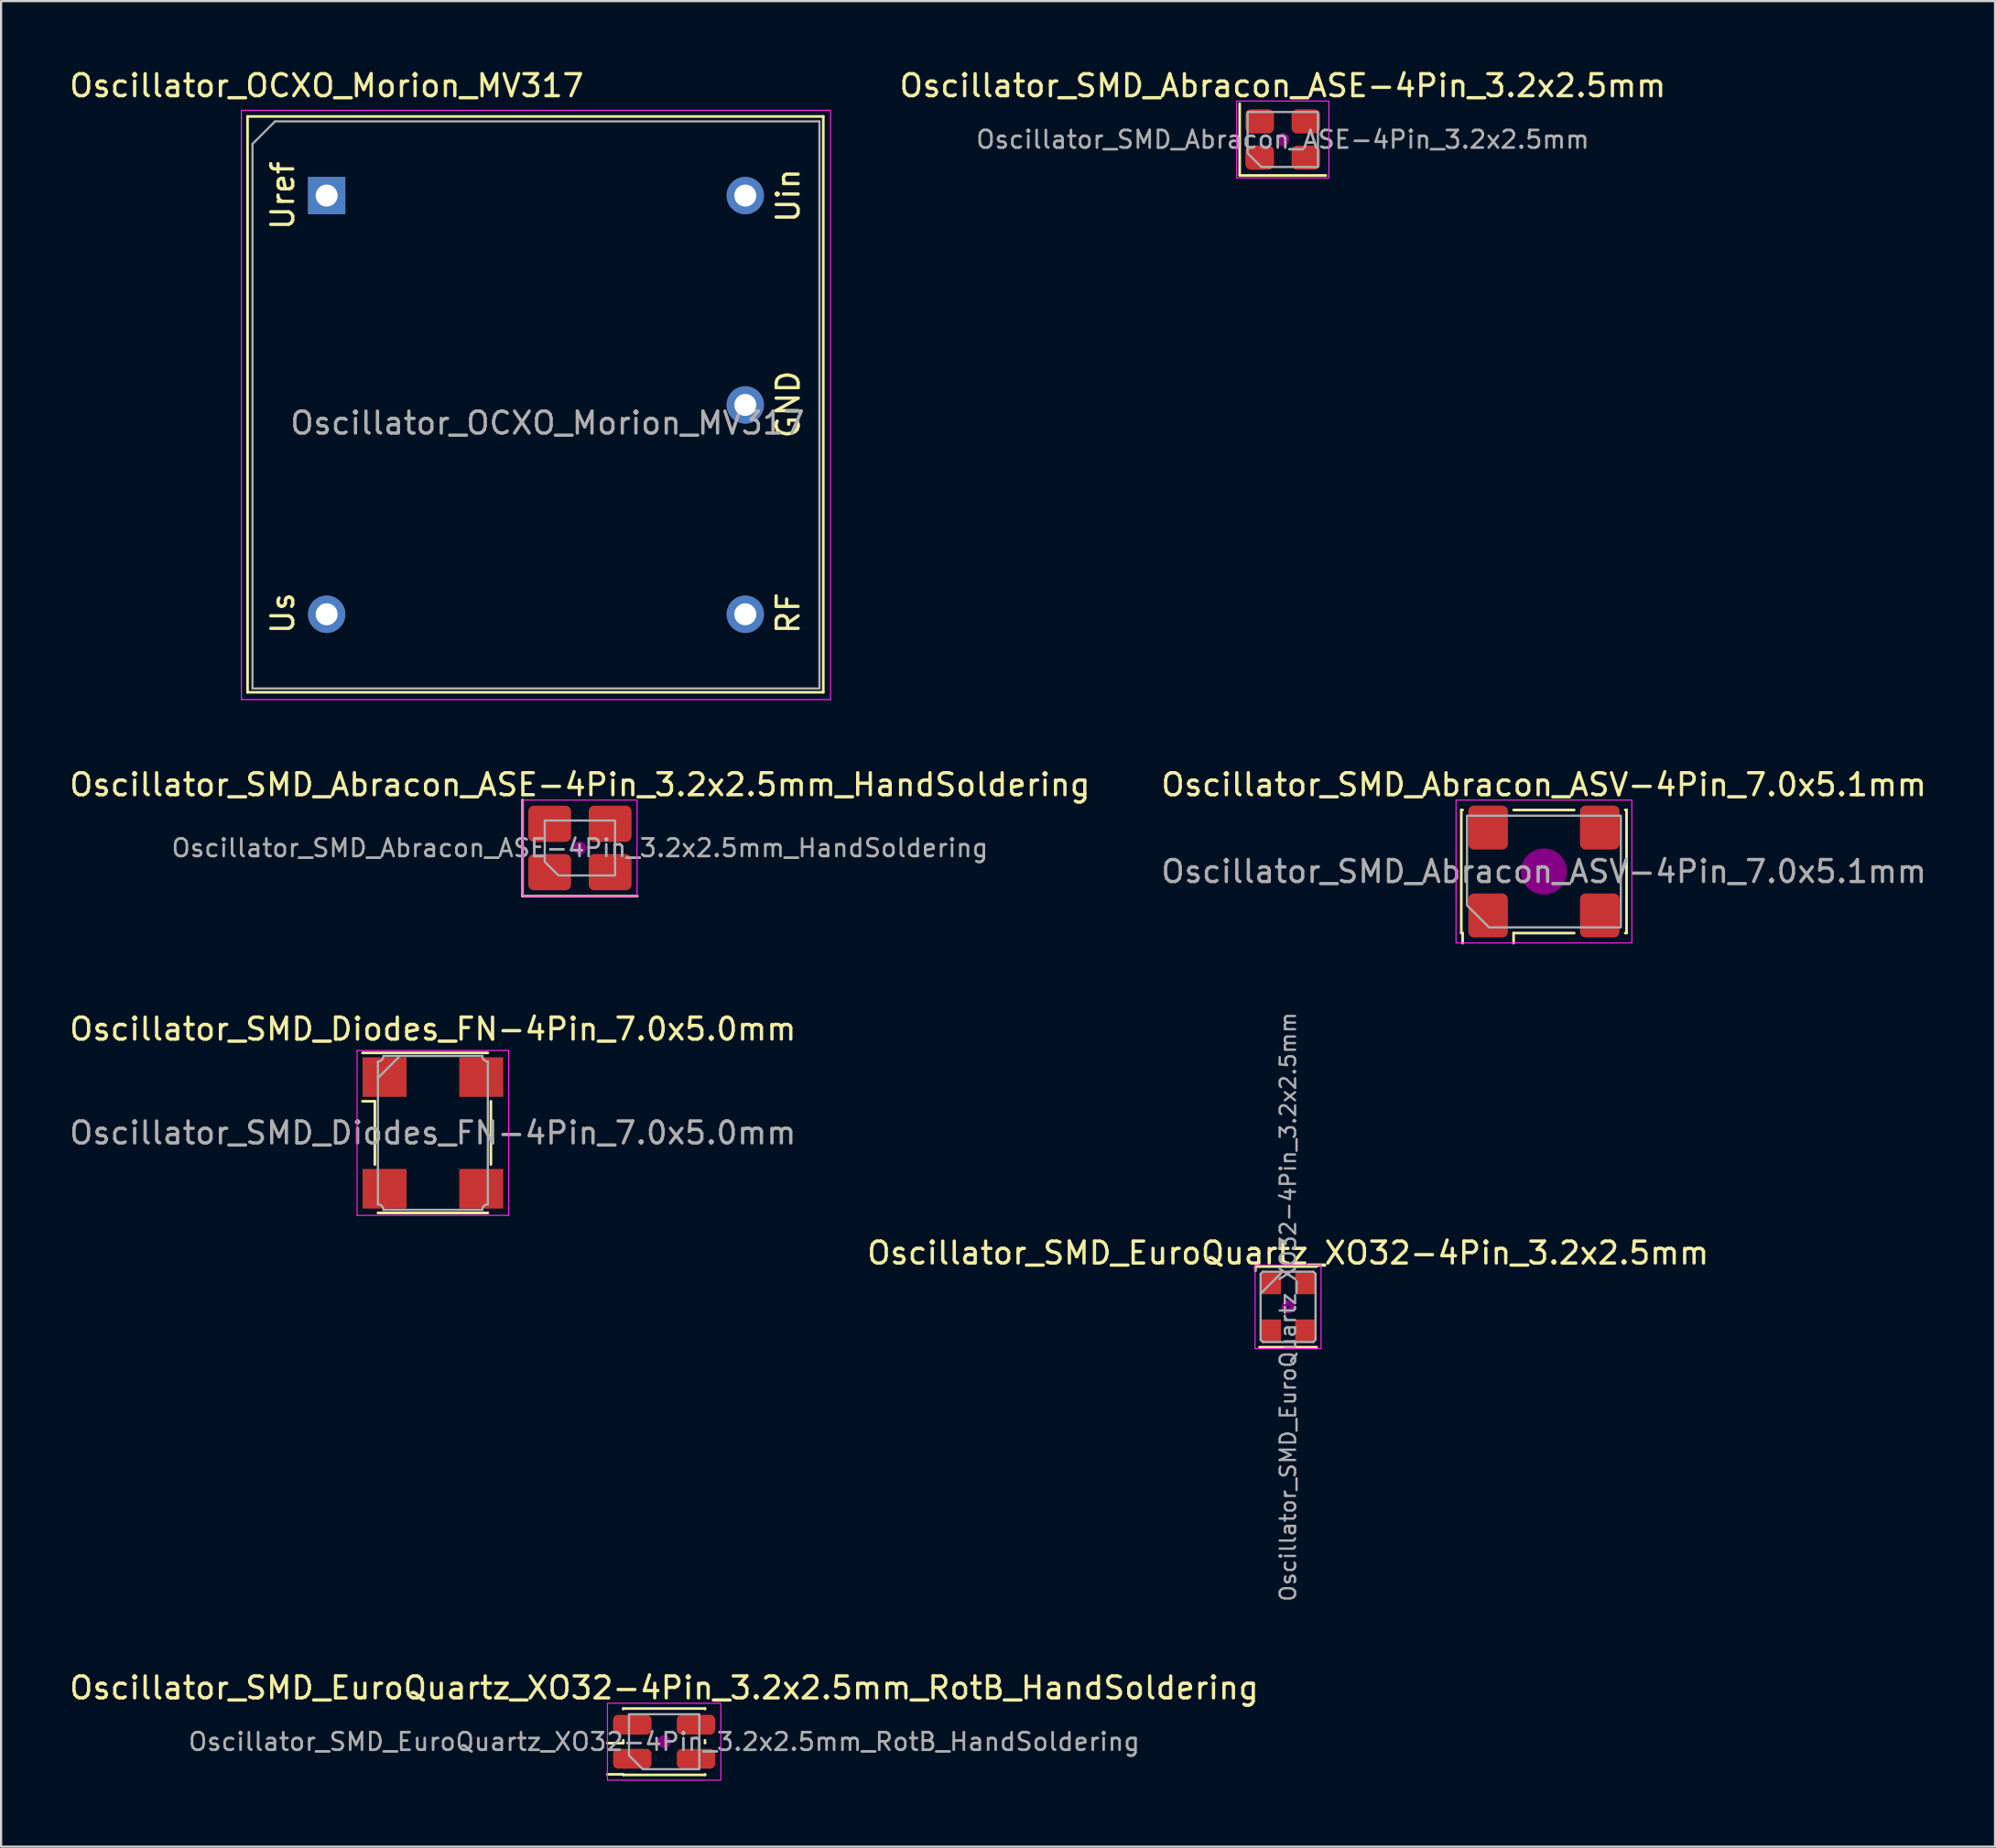
<source format=kicad_pcb>
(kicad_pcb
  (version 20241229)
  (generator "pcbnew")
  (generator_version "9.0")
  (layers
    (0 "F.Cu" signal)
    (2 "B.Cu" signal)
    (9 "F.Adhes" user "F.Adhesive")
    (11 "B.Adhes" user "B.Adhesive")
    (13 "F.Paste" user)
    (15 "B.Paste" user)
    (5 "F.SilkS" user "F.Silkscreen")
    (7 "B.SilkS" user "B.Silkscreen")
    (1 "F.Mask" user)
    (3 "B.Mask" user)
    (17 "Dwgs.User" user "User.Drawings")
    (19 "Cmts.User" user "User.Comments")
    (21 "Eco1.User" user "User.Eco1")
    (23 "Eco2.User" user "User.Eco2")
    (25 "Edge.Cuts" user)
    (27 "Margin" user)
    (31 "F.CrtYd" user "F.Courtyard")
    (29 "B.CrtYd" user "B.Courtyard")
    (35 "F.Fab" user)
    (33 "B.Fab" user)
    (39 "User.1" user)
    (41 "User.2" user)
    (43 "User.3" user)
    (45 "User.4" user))
  (footprint "Oscillator_SMD_EuroQuartz_XO32-4Pin_3.2x2.5mm_RotB_HandSoldering"
    (layer "F.Cu")
    (at 27.173 76.195)
    (property "Reference" "Oscillator_SMD_EuroQuartz_XO32-4Pin_3.2x2.5mm_RotB_HandSoldering" (at 0 -2.45 0) (layer "F.SilkS") (effects (font (size 1 1) (thickness 0.15))))
    (attr smd)
    (fp_line (start -2.585 0.065) (end -1.86 0.065) (stroke (width 0.12) (type solid)) (layer "F.SilkS"))
    (fp_line (start -2.585 1.485) (end -1.86 1.485) (stroke (width 0.12) (type solid)) (layer "F.SilkS"))
    (fp_line (start -1.86 -1.51) (end 1.86 -1.51) (stroke (width 0.12) (type solid)) (layer "F.SilkS"))
    (fp_line (start -1.86 -1.485) (end -1.86 -1.51) (stroke (width 0.12) (type solid)) (layer "F.SilkS"))
    (fp_line (start -1.86 0.065) (end -1.86 -0.065) (stroke (width 0.12) (type solid)) (layer "F.SilkS"))
    (fp_line (start -1.86 1.485) (end -1.86 1.51) (stroke (width 0.12) (type solid)) (layer "F.SilkS"))
    (fp_line (start -1.86 1.51) (end 1.86 1.51) (stroke (width 0.12) (type solid)) (layer "F.SilkS"))
    (fp_line (start 1.86 -1.51) (end 1.86 -1.485) (stroke (width 0.12) (type solid)) (layer "F.SilkS"))
    (fp_line (start 1.86 -0.065) (end 1.86 0.065) (stroke (width 0.12) (type solid)) (layer "F.SilkS"))
    (fp_line (start 1.86 1.51) (end 1.86 1.485) (stroke (width 0.12) (type solid)) (layer "F.SilkS"))
    (fp_circle (center 0 0) (end 0.25 0) (stroke (width 0.1) (type solid)) (fill yes) (layer "F.Adhes"))
    (fp_rect (start -2.58 -1.75) (end 2.58 1.75) (stroke (width 0.05) (type solid)) (fill no) (layer "F.CrtYd"))
    (fp_poly (pts (xy -1.6 -1.25) (xy -1.6 0.625) (xy -0.975 1.25) (xy 1.6 1.25) (xy 1.6 -1.25)) (stroke (width 0.1) (type solid)) (fill no) (layer "F.Fab"))
    (fp_text user "${REFERENCE}" (at 0 0 0) (layer "F.Fab") (effects (font (size 0.8 0.8) (thickness 0.12))))
    (pad "1" smd roundrect (at -1.45 0.775) (size 1.75 0.9) (layers "F.Cu" "F.Mask" "F.Paste") (roundrect_rratio 0.25))
    (pad "2" smd roundrect (at 1.45 0.775) (size 1.75 0.9) (layers "F.Cu" "F.Mask" "F.Paste") (roundrect_rratio 0.25))
    (pad "3" smd roundrect (at 1.45 -0.775) (size 1.75 0.9) (layers "F.Cu" "F.Mask" "F.Paste") (roundrect_rratio 0.25))
    (pad "4" smd roundrect (at -1.45 -0.775) (size 1.75 0.9) (layers "F.Cu" "F.Mask" "F.Paste") (roundrect_rratio 0.25)))
  (footprint "Oscillator_SMD_EuroQuartz_XO32-4Pin_3.2x2.5mm"
    (layer "F.Cu")
    (at 55.565 56.409)
    (property "Reference" "Oscillator_SMD_EuroQuartz_XO32-4Pin_3.2x2.5mm" (at 0 -2.45 0) (layer "F.SilkS") (effects (font (size 1 1) (thickness 0.15))))
    (attr smd)
    (fp_line (start -1.485 -1.835) (end 1.3 -1.835) (stroke (width 0.12) (type solid)) (layer "F.SilkS"))
    (fp_line (start -1.485 -1.635) (end -1.485 -1.835) (stroke (width 0.12) (type solid)) (layer "F.SilkS"))
    (fp_line (start 1.3 1.835) (end -1.3 1.835) (stroke (width 0.12) (type solid)) (layer "F.SilkS"))
    (fp_circle (center 0 0) (end 0 0.058) (stroke (width 0.117) (type solid)) (fill no) (layer "F.Adhes"))
    (fp_circle (center 0 0) (end 0 0.133) (stroke (width 0.083) (type solid)) (fill no) (layer "F.Adhes"))
    (fp_circle (center 0 0) (end 0 0.208) (stroke (width 0.083) (type solid)) (fill no) (layer "F.Adhes"))
    (fp_circle (center 0 0) (end 0 0.25) (stroke (width 0.1) (type solid)) (fill no) (layer "F.Adhes"))
    (fp_line (start -1.5 -1.9) (end -1.5 1.9) (stroke (width 0.05) (type solid)) (layer "F.CrtYd"))
    (fp_line (start -1.5 1.9) (end 1.5 1.9) (stroke (width 0.05) (type solid)) (layer "F.CrtYd"))
    (fp_line (start 1.5 -1.9) (end -1.5 -1.9) (stroke (width 0.05) (type solid)) (layer "F.CrtYd"))
    (fp_line (start 1.5 1.9) (end 1.5 -1.9) (stroke (width 0.05) (type solid)) (layer "F.CrtYd"))
    (fp_line (start -1.25 -1.5) (end -1.15 -1.6) (stroke (width 0.1) (type solid)) (layer "F.Fab"))
    (fp_line (start -1.25 1.5) (end -1.25 -1.5) (stroke (width 0.1) (type solid)) (layer "F.Fab"))
    (fp_line (start -1.15 -1.6) (end 1.15 -1.6) (stroke (width 0.1) (type solid)) (layer "F.Fab"))
    (fp_line (start -1.15 1.6) (end -1.25 1.5) (stroke (width 0.1) (type solid)) (layer "F.Fab"))
    (fp_line (start -0.25 -1.6) (end -1.25 -0.6) (stroke (width 0.1) (type solid)) (layer "F.Fab"))
    (fp_line (start 1.15 -1.6) (end 1.25 -1.5) (stroke (width 0.1) (type solid)) (layer "F.Fab"))
    (fp_line (start 1.15 1.6) (end -1.15 1.6) (stroke (width 0.1) (type solid)) (layer "F.Fab"))
    (fp_line (start 1.25 -1.5) (end 1.25 1.5) (stroke (width 0.1) (type solid)) (layer "F.Fab"))
    (fp_line (start 1.25 1.5) (end 1.15 1.6) (stroke (width 0.1) (type solid)) (layer "F.Fab"))
    (fp_text user "${REFERENCE}" (at 0 0 270) (layer "F.Fab") (effects (font (size 0.7 0.7) (thickness 0.105))))
    (pad "1" smd rect (at -0.775 -1.075 270) (size 1 0.9) (layers "F.Cu" "F.Mask" "F.Paste"))
    (pad "2" smd rect (at -0.775 1.075 270) (size 1 0.9) (layers "F.Cu" "F.Mask" "F.Paste"))
    (pad "3" smd rect (at 0.775 1.075 270) (size 1 0.9) (layers "F.Cu" "F.Mask" "F.Paste"))
    (pad "4" smd rect (at 0.775 -1.075 270) (size 1 0.9) (layers "F.Cu" "F.Mask" "F.Paste")))
  (footprint "Oscillator_SMD_Abracon_ASE-4Pin_3.2x2.5mm"
    (layer "F.Cu")
    (at 55.324 3.298)
    (property "Reference" "Oscillator_SMD_Abracon_ASE-4Pin_3.2x2.5mm" (at 0 -2.45 0) (layer "F.SilkS") (effects (font (size 1 1) (thickness 0.15))))
    (attr smd)
    (fp_line (start -1.96 -1.635) (end -1.96 1.635) (stroke (width 0.12) (type solid)) (layer "F.SilkS"))
    (fp_line (start -1.96 1.635) (end 1.96 1.635) (stroke (width 0.12) (type solid)) (layer "F.SilkS"))
    (fp_circle (center 0 0) (end 0.25 0) (stroke (width 0.1) (type solid)) (fill yes) (layer "F.Adhes"))
    (fp_rect (start -2.1 -1.75) (end 2.1 1.75) (stroke (width 0.05) (type solid)) (fill no) (layer "F.CrtYd"))
    (fp_poly (pts (xy -1.6 -1.25) (xy -1.6 0.625) (xy -0.975 1.25) (xy 1.6 1.25) (xy 1.6 -1.25)) (stroke (width 0.1) (type solid)) (fill no) (layer "F.Fab"))
    (fp_text user "${REFERENCE}" (at 0 0 0) (layer "F.Fab") (effects (font (size 0.8 0.8) (thickness 0.12))))
    (pad "1" smd roundrect (at -1.05 0.825) (size 1.3 1.1) (layers "F.Cu" "F.Mask" "F.Paste") (roundrect_rratio 0.227))
    (pad "2" smd roundrect (at 1.05 0.825) (size 1.3 1.1) (layers "F.Cu" "F.Mask" "F.Paste") (roundrect_rratio 0.227))
    (pad "3" smd roundrect (at 1.05 -0.825) (size 1.3 1.1) (layers "F.Cu" "F.Mask" "F.Paste") (roundrect_rratio 0.227))
    (pad "4" smd roundrect (at -1.05 -0.825) (size 1.3 1.1) (layers "F.Cu" "F.Mask" "F.Paste") (roundrect_rratio 0.227)))
  (footprint "Oscillator_SMD_Abracon_ASE-4Pin_3.2x2.5mm_HandSoldering"
    (layer "F.Cu")
    (at 23.339 35.532)
    (property "Reference" "Oscillator_SMD_Abracon_ASE-4Pin_3.2x2.5mm_HandSoldering" (at 0 -2.88 0) (layer "F.SilkS") (effects (font (size 1 1) (thickness 0.15))))
    (attr smd)
    (fp_line (start -2.61 -2.185) (end -2.61 2.185) (stroke (width 0.12) (type solid)) (layer "F.SilkS"))
    (fp_line (start -2.61 2.185) (end 2.61 2.185) (stroke (width 0.12) (type solid)) (layer "F.SilkS"))
    (fp_circle (center 0 0) (end 0.25 0) (stroke (width 0.1) (type solid)) (fill yes) (layer "F.Adhes"))
    (fp_rect (start -2.6 -2.18) (end 2.6 2.18) (stroke (width 0.05) (type solid)) (fill no) (layer "F.CrtYd"))
    (fp_poly (pts (xy -1.6 -1.25) (xy -1.6 0.625) (xy -0.975 1.25) (xy 1.6 1.25) (xy 1.6 -1.25)) (stroke (width 0.1) (type solid)) (fill no) (layer "F.Fab"))
    (fp_text user "${REFERENCE}" (at 0 0 0) (layer "F.Fab") (effects (font (size 0.8 0.8) (thickness 0.12))))
    (pad "1" smd roundrect (at -1.375 1.1) (size 1.95 1.65) (layers "F.Cu" "F.Mask" "F.Paste") (roundrect_rratio 0.152))
    (pad "2" smd roundrect (at 1.375 1.1) (size 1.95 1.65) (layers "F.Cu" "F.Mask" "F.Paste") (roundrect_rratio 0.152))
    (pad "3" smd roundrect (at 1.375 -1.1) (size 1.95 1.65) (layers "F.Cu" "F.Mask" "F.Paste") (roundrect_rratio 0.152))
    (pad "4" smd roundrect (at -1.375 -1.1) (size 1.95 1.65) (layers "F.Cu" "F.Mask" "F.Paste") (roundrect_rratio 0.152)))
  (footprint "Oscillator_OCXO_Morion_MV317"
    (layer "F.Cu")
    (at 11.815 5.848)
    (property "Reference" "Oscillator_OCXO_Morion_MV317" (at 0 -5 0) (layer "F.SilkS") (effects (font (size 1 1) (thickness 0.15))))
    (attr through_hole)
    (fp_line (start -3.6 -3.6) (end -3.6 22.6) (stroke (width 0.12) (type solid)) (layer "F.SilkS"))
    (fp_line (start -3.6 22.6) (end 22.6 22.6) (stroke (width 0.12) (type solid)) (layer "F.SilkS"))
    (fp_line (start 22.6 -3.6) (end -3.6 -3.6) (stroke (width 0.12) (type solid)) (layer "F.SilkS"))
    (fp_line (start 22.6 22.6) (end 22.6 -3.6) (stroke (width 0.12) (type solid)) (layer "F.SilkS"))
    (fp_line (start -3.88 -3.88) (end -3.88 22.93) (stroke (width 0.05) (type solid)) (layer "F.CrtYd"))
    (fp_line (start -3.88 -3.88) (end 22.93 -3.88) (stroke (width 0.05) (type solid)) (layer "F.CrtYd"))
    (fp_line (start 22.93 22.93) (end -3.88 22.93) (stroke (width 0.05) (type solid)) (layer "F.CrtYd"))
    (fp_line (start 22.93 22.93) (end 22.93 -3.88) (stroke (width 0.05) (type solid)) (layer "F.CrtYd"))
    (fp_line (start -3.375 -2.35) (end -2.35 -3.375) (stroke (width 0.1) (type solid)) (layer "F.Fab"))
    (fp_line (start -3.375 22.425) (end -3.375 -2.35) (stroke (width 0.1) (type solid)) (layer "F.Fab"))
    (fp_line (start -2.35 -3.375) (end 22.425 -3.375) (stroke (width 0.1) (type solid)) (layer "F.Fab"))
    (fp_line (start 22.425 -3.375) (end 22.425 22.425) (stroke (width 0.1) (type solid)) (layer "F.Fab"))
    (fp_line (start 22.425 22.425) (end -3.375 22.425) (stroke (width 0.1) (type solid)) (layer "F.Fab"))
    (fp_text user "Us" (at -2 19 270) (layer "F.SilkS") (effects (font (size 1 1) (thickness 0.15))))
    (fp_text user "RF" (at 21 19 270) (layer "F.SilkS") (effects (font (size 1 1) (thickness 0.15))))
    (fp_text user "Uin" (at 21 0 270) (layer "F.SilkS") (effects (font (size 1 1) (thickness 0.15))))
    (fp_text user "Uref" (at -2 0 270) (layer "F.SilkS") (effects (font (size 1 1) (thickness 0.15))))
    (fp_text user "GND" (at 21 9.5 270) (layer "F.SilkS") (effects (font (size 1 1) (thickness 0.15))))
    (fp_text user "${REFERENCE}" (at 10.05 10.35 0) (layer "F.Fab") (effects (font (size 1 1) (thickness 0.15))))
    (pad "1" thru_hole rect (at 0 0 270) (size 1.7 1.7) (drill 1) (layers "*.Cu" "*.Mask"))
    (pad "2" thru_hole circle (at 0 19.05 270) (size 1.7 1.7) (drill 1) (layers "*.Cu" "*.Mask"))
    (pad "3" thru_hole circle (at 19.05 19.05 270) (size 1.7 1.7) (drill 1) (layers "*.Cu" "*.Mask"))
    (pad "4" thru_hole circle (at 19.05 9.525 270) (size 1.7 1.7) (drill 1) (layers "*.Cu" "*.Mask"))
    (pad "5" thru_hole circle (at 19.05 0 270) (size 1.7 1.7) (drill 1) (layers "*.Cu" "*.Mask")))
  (footprint "Oscillator_SMD_Diodes_FN-4Pin_7.0x5.0mm"
    (layer "F.Cu")
    (at 16.649 48.495)
    (property "Reference" "Oscillator_SMD_Diodes_FN-4Pin_7.0x5.0mm" (at 0 -4.725 0) (layer "F.SilkS") (effects (font (size 1 1) (thickness 0.15))))
    (attr smd)
    (fp_line (start -3.2 -3.64) (end 2.5 -3.64) (stroke (width 0.12) (type solid)) (layer "F.SilkS"))
    (fp_line (start -2.64 -1.44) (end -3.2 -1.44) (stroke (width 0.12) (type solid)) (layer "F.SilkS"))
    (fp_line (start -2.64 -1.44) (end -2.64 1.44) (stroke (width 0.12) (type solid)) (layer "F.SilkS"))
    (fp_line (start -2.5 3.64) (end 2.5 3.64) (stroke (width 0.12) (type solid)) (layer "F.SilkS"))
    (fp_line (start 2.64 -1.44) (end 2.64 1.44) (stroke (width 0.12) (type solid)) (layer "F.SilkS"))
    (fp_line (start -3.45 -3.75) (end 3.45 -3.75) (stroke (width 0.05) (type solid)) (layer "F.CrtYd"))
    (fp_line (start -3.45 3.75) (end -3.45 -3.75) (stroke (width 0.05) (type solid)) (layer "F.CrtYd"))
    (fp_line (start 3.45 -3.75) (end 3.45 3.75) (stroke (width 0.05) (type solid)) (layer "F.CrtYd"))
    (fp_line (start 3.45 3.75) (end -3.45 3.75) (stroke (width 0.05) (type solid)) (layer "F.CrtYd"))
    (fp_line (start -2.5 -2.5) (end -1.5 -3.5) (stroke (width 0.1) (type solid)) (layer "F.Fab"))
    (fp_line (start -2.5 3.25) (end -2.5 -3.25) (stroke (width 0.1) (type solid)) (layer "F.Fab"))
    (fp_line (start -2.25 -3.5) (end 2.25 -3.5) (stroke (width 0.1) (type solid)) (layer "F.Fab"))
    (fp_line (start -2.25 3.5) (end 2.25 3.5) (stroke (width 0.1) (type solid)) (layer "F.Fab"))
    (fp_line (start 2.5 -3.25) (end 2.5 3.25) (stroke (width 0.1) (type solid)) (layer "F.Fab"))
    (fp_arc (start -2.5 3.25) (mid -2.323223 3.323223) (end -2.25 3.5) (stroke (width 0.1) (type solid)) (layer "F.Fab"))
    (fp_arc (start -2.25 -3.5) (mid -2.323223 -3.323223) (end -2.5 -3.25) (stroke (width 0.1) (type solid)) (layer "F.Fab"))
    (fp_arc (start 2.25 3.5) (mid 2.323223 3.323223) (end 2.5 3.25) (stroke (width 0.1) (type solid)) (layer "F.Fab"))
    (fp_arc (start 2.5 -3.25) (mid 2.323223 -3.323223) (end 2.25 -3.5) (stroke (width 0.1) (type solid)) (layer "F.Fab"))
    (fp_text user "${REFERENCE}" (at 0 0 0) (layer "F.Fab") (effects (font (size 1 1) (thickness 0.15))))
    (pad "1" smd rect (at -2.2 -2.54) (size 2 1.8) (layers "F.Cu" "F.Mask" "F.Paste"))
    (pad "2" smd rect (at -2.2 2.54) (size 2 1.8) (layers "F.Cu" "F.Mask" "F.Paste"))
    (pad "3" smd rect (at 2.2 2.54) (size 2 1.8) (layers "F.Cu" "F.Mask" "F.Paste"))
    (pad "4" smd rect (at 2.2 -2.54) (size 2 1.8) (layers "F.Cu" "F.Mask" "F.Paste")))
  (footprint "Oscillator_SMD_Abracon_ASV-4Pin_7.0x5.1mm"
    (layer "F.Cu")
    (at 67.208 36.602)
    (property "Reference" "Oscillator_SMD_Abracon_ASV-4Pin_7.0x5.1mm" (at 0 -3.95 0) (layer "F.SilkS") (effects (font (size 1 1) (thickness 0.15))))
    (attr smd)
    (fp_line (start -3.76 -2.8) (end -3.7 -2.8) (stroke (width 0.12) (type solid)) (layer "F.SilkS"))
    (fp_line (start -3.76 2.8) (end -3.76 -2.8) (stroke (width 0.12) (type solid)) (layer "F.SilkS"))
    (fp_line (start -3.7 2.8) (end -3.76 2.8) (stroke (width 0.12) (type solid)) (layer "F.SilkS"))
    (fp_line (start -3.7 3.26) (end -3.7 2.8) (stroke (width 0.12) (type solid)) (layer "F.SilkS"))
    (fp_line (start -1.38 -2.8) (end 1.38 -2.8) (stroke (width 0.12) (type solid)) (layer "F.SilkS"))
    (fp_line (start -1.38 2.8) (end -1.38 3.26) (stroke (width 0.12) (type solid)) (layer "F.SilkS"))
    (fp_line (start 1.38 2.8) (end -1.38 2.8) (stroke (width 0.12) (type solid)) (layer "F.SilkS"))
    (fp_line (start 3.7 -2.8) (end 3.76 -2.8) (stroke (width 0.12) (type solid)) (layer "F.SilkS"))
    (fp_line (start 3.76 -2.8) (end 3.76 2.8) (stroke (width 0.12) (type solid)) (layer "F.SilkS"))
    (fp_line (start 3.76 2.8) (end 3.7 2.8) (stroke (width 0.12) (type solid)) (layer "F.SilkS"))
    (fp_circle (center 0 0) (end 1 0) (stroke (width 0.1) (type solid)) (fill yes) (layer "F.Adhes"))
    (fp_rect (start -4 -3.25) (end 4 3.25) (stroke (width 0.05) (type solid)) (fill no) (layer "F.CrtYd"))
    (fp_poly (pts (xy -3.5 -2.54) (xy -3.5 1.54) (xy -2.5 2.54) (xy 3.5 2.54) (xy 3.5 -2.54)) (stroke (width 0.1) (type solid)) (fill no) (layer "F.Fab"))
    (fp_text user "${REFERENCE}" (at 0 0 0) (layer "F.Fab") (effects (font (size 1 1) (thickness 0.15))))
    (pad "1" smd roundrect (at -2.54 2) (size 1.8 2) (layers "F.Cu" "F.Mask" "F.Paste") (roundrect_rratio 0.139))
    (pad "2" smd roundrect (at 2.54 2) (size 1.8 2) (layers "F.Cu" "F.Mask" "F.Paste") (roundrect_rratio 0.139))
    (pad "3" smd roundrect (at 2.54 -2) (size 1.8 2) (layers "F.Cu" "F.Mask" "F.Paste") (roundrect_rratio 0.139))
    (pad "4" smd roundrect (at -2.54 -2) (size 1.8 2) (layers "F.Cu" "F.Mask" "F.Paste") (roundrect_rratio 0.139)))
  (gr_rect
    (start -3 -3)
    (end 87.738 80.97)
    (stroke (width 0.1) (type default))
    (fill no)
    (layer "Edge.Cuts")))
</source>
